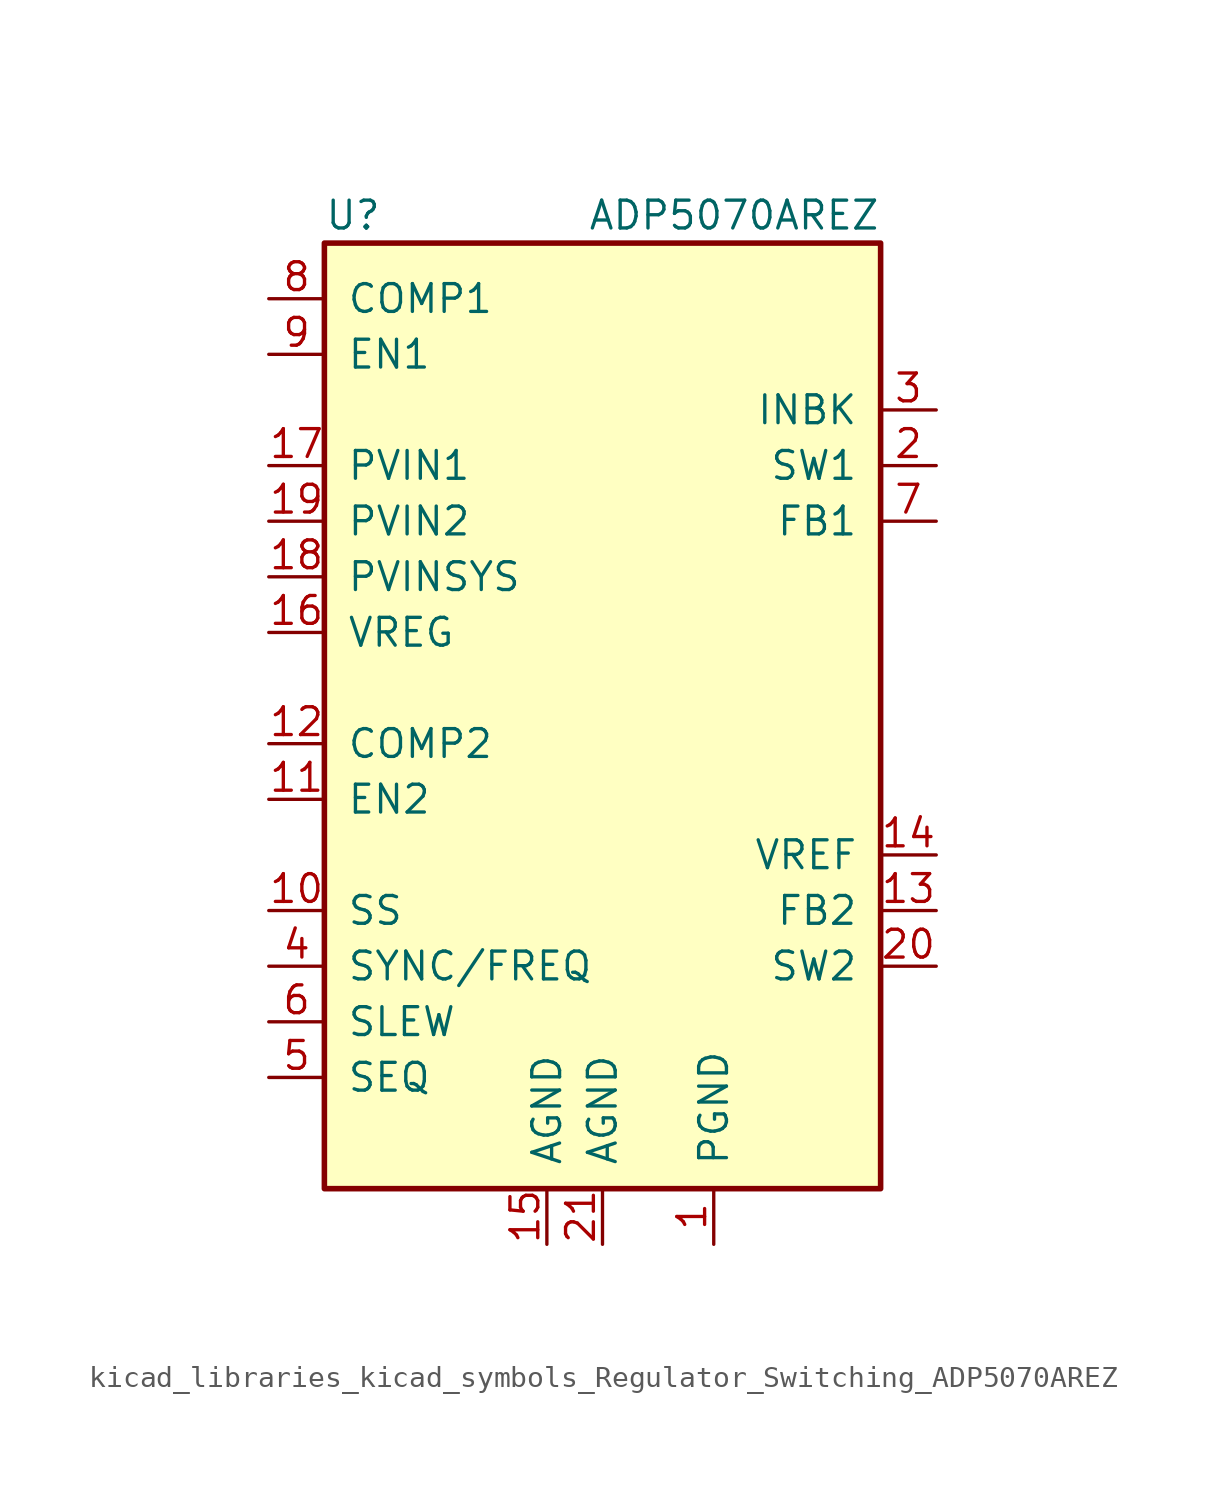
<source format=kicad_sym>
(kicad_symbol_lib
  (version 20220914)
  (generator kicad_symbol_editor)
  (symbol "kicad_libraries_kicad_symbols_Regulator_Switching_ADP5070AREZ"
    (pin_names
      (offset 1.016))
    (property "Reference" "U"
      (at -12.7 24.13 0)
      (effects (font (size 1.27 1.27)) (justify left)))
    (property "Value" "ADP5070AREZ"
      (at 12.7 24.13 0)
      (effects (font (size 1.27 1.27)) (justify right)))
    (symbol "kicad_libraries_kicad_symbols_Regulator_Switching_ADP5070AREZ_0_1"
      (rectangle (start -12.7 22.86) (end 12.7 -20.32) (stroke (width 0.254) (type default)) (fill (type background))))
    (symbol "kicad_libraries_kicad_symbols_Regulator_Switching_ADP5070AREZ_1_1"
      (pin power_in line (at 5.08 -22.86 90) (length 2.54) (name "PGND" (effects (font (size 1.27 1.27)))) (number "1" (effects (font (size 1.27 1.27)))))
      (pin passive line (at -15.24 -7.62 0) (length 2.54) (name "SS" (effects (font (size 1.27 1.27)))) (number "10" (effects (font (size 1.27 1.27)))))
      (pin input line (at -15.24 -2.54 0) (length 2.54) (name "EN2" (effects (font (size 1.27 1.27)))) (number "11" (effects (font (size 1.27 1.27)))))
      (pin passive line (at -15.24 0 0) (length 2.54) (name "COMP2" (effects (font (size 1.27 1.27)))) (number "12" (effects (font (size 1.27 1.27)))))
      (pin input line (at 15.24 -7.62 180) (length 2.54) (name "FB2" (effects (font (size 1.27 1.27)))) (number "13" (effects (font (size 1.27 1.27)))))
      (pin output line (at 15.24 -5.08 180) (length 2.54) (name "VREF" (effects (font (size 1.27 1.27)))) (number "14" (effects (font (size 1.27 1.27)))))
      (pin power_in line (at -2.54 -22.86 90) (length 2.54) (name "AGND" (effects (font (size 1.27 1.27)))) (number "15" (effects (font (size 1.27 1.27)))))
      (pin output line (at -15.24 5.08 0) (length 2.54) (name "VREG" (effects (font (size 1.27 1.27)))) (number "16" (effects (font (size 1.27 1.27)))))
      (pin power_in line (at -15.24 12.7 0) (length 2.54) (name "PVIN1" (effects (font (size 1.27 1.27)))) (number "17" (effects (font (size 1.27 1.27)))))
      (pin power_in line (at -15.24 7.62 0) (length 2.54) (name "PVINSYS" (effects (font (size 1.27 1.27)))) (number "18" (effects (font (size 1.27 1.27)))))
      (pin power_in line (at -15.24 10.16 0) (length 2.54) (name "PVIN2" (effects (font (size 1.27 1.27)))) (number "19" (effects (font (size 1.27 1.27)))))
      (pin power_out line (at 15.24 12.7 180) (length 2.54) (name "SW1" (effects (font (size 1.27 1.27)))) (number "2" (effects (font (size 1.27 1.27)))))
      (pin power_out line (at 15.24 -10.16 180) (length 2.54) (name "SW2" (effects (font (size 1.27 1.27)))) (number "20" (effects (font (size 1.27 1.27)))))
      (pin power_in line (at 0 -22.86 90) (length 2.54) (name "AGND" (effects (font (size 1.27 1.27)))) (number "21" (effects (font (size 1.27 1.27)))))
      (pin power_out line (at 15.24 15.24 180) (length 2.54) (name "INBK" (effects (font (size 1.27 1.27)))) (number "3" (effects (font (size 1.27 1.27)))))
      (pin input line (at -15.24 -10.16 0) (length 2.54) (name "SYNC/FREQ" (effects (font (size 1.27 1.27)))) (number "4" (effects (font (size 1.27 1.27)))))
      (pin input line (at -15.24 -15.24 0) (length 2.54) (name "SEQ" (effects (font (size 1.27 1.27)))) (number "5" (effects (font (size 1.27 1.27)))))
      (pin input line (at -15.24 -12.7 0) (length 2.54) (name "SLEW" (effects (font (size 1.27 1.27)))) (number "6" (effects (font (size 1.27 1.27)))))
      (pin input line (at 15.24 10.16 180) (length 2.54) (name "FB1" (effects (font (size 1.27 1.27)))) (number "7" (effects (font (size 1.27 1.27)))))
      (pin passive line (at -15.24 20.32 0) (length 2.54) (name "COMP1" (effects (font (size 1.27 1.27)))) (number "8" (effects (font (size 1.27 1.27)))))
      (pin input line (at -15.24 17.78 0) (length 2.54) (name "EN1" (effects (font (size 1.27 1.27)))) (number "9" (effects (font (size 1.27 1.27))))))))
</source>
